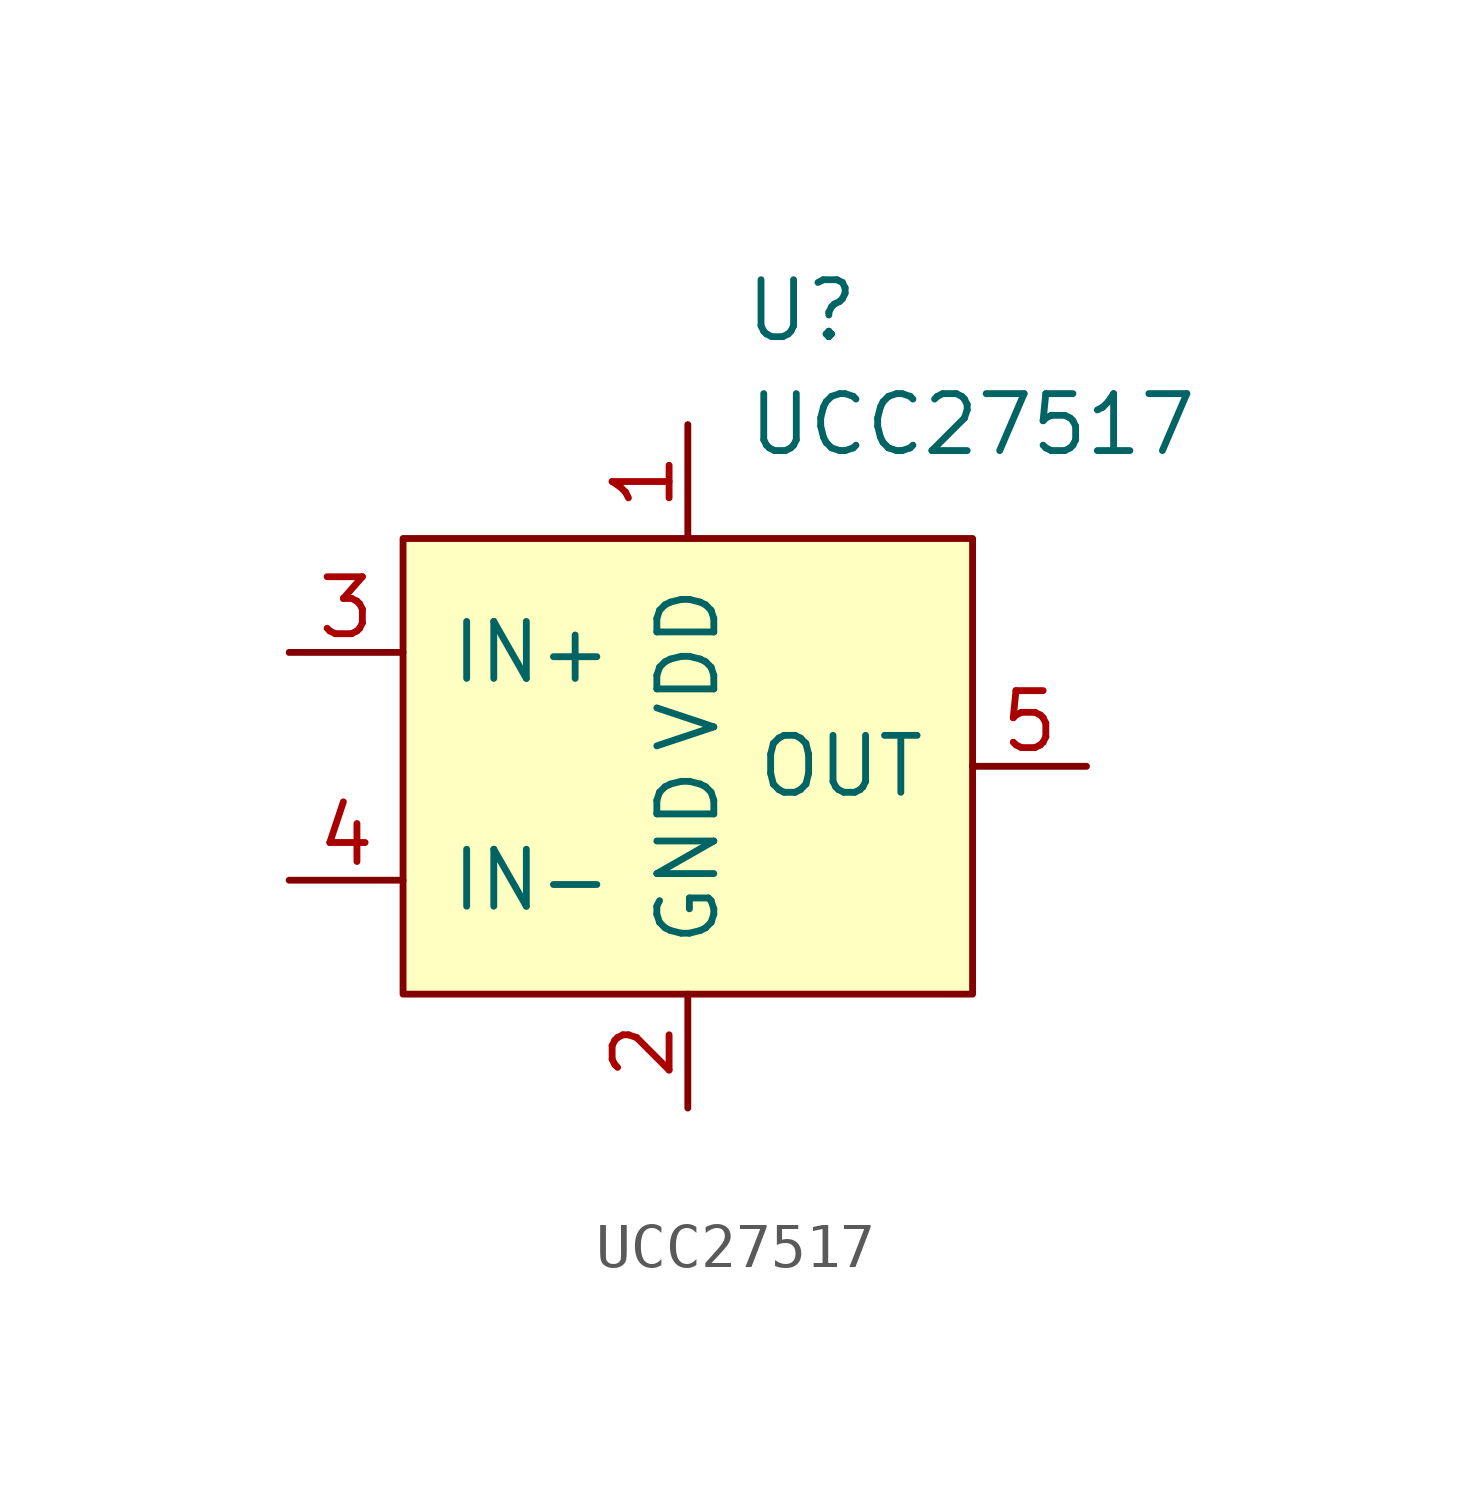
<source format=kicad_sym>
(kicad_symbol_lib
  (version 20211014)
  (generator kicad_symbol_editor)
  (symbol "UCC27517"
    (pin_names
      (offset 1.016))
    (property "Reference" "U"
      (at 2.54 10.16 0)
      (effects (font (size 1.27 1.27))))
    (property "Value" "UCC27517"
      (at 6.35 7.62 0)
      (effects (font (size 1.27 1.27))))
    (symbol "UCC27517_0_0"
      (pin power_in line (at 0 7.62 270) (length 2.54) (name "VDD" (effects (font (size 1.27 1.27)))) (number "1" (effects (font (size 1.27 1.27)))))
      (pin power_in line (at 0 -7.62 90) (length 2.54) (name "GND" (effects (font (size 1.27 1.27)))) (number "2" (effects (font (size 1.27 1.27)))))
      (pin input line (at -8.89 2.54 0) (length 2.54) (name "IN+" (effects (font (size 1.27 1.27)))) (number "3" (effects (font (size 1.27 1.27)))))
      (pin input line (at -8.89 -2.54 0) (length 2.54) (name "IN-" (effects (font (size 1.27 1.27)))) (number "4" (effects (font (size 1.27 1.27)))))
      (pin output line (at 8.89 0 180) (length 2.54) (name "OUT" (effects (font (size 1.27 1.27)))) (number "5" (effects (font (size 1.27 1.27))))))
    (symbol "UCC27517_0_1"
      (rectangle (start -6.35 5.08) (end 6.35 -5.08) (stroke (width 0) (type default) (color 0 0 0 0)) (fill (type background))))))
</source>
